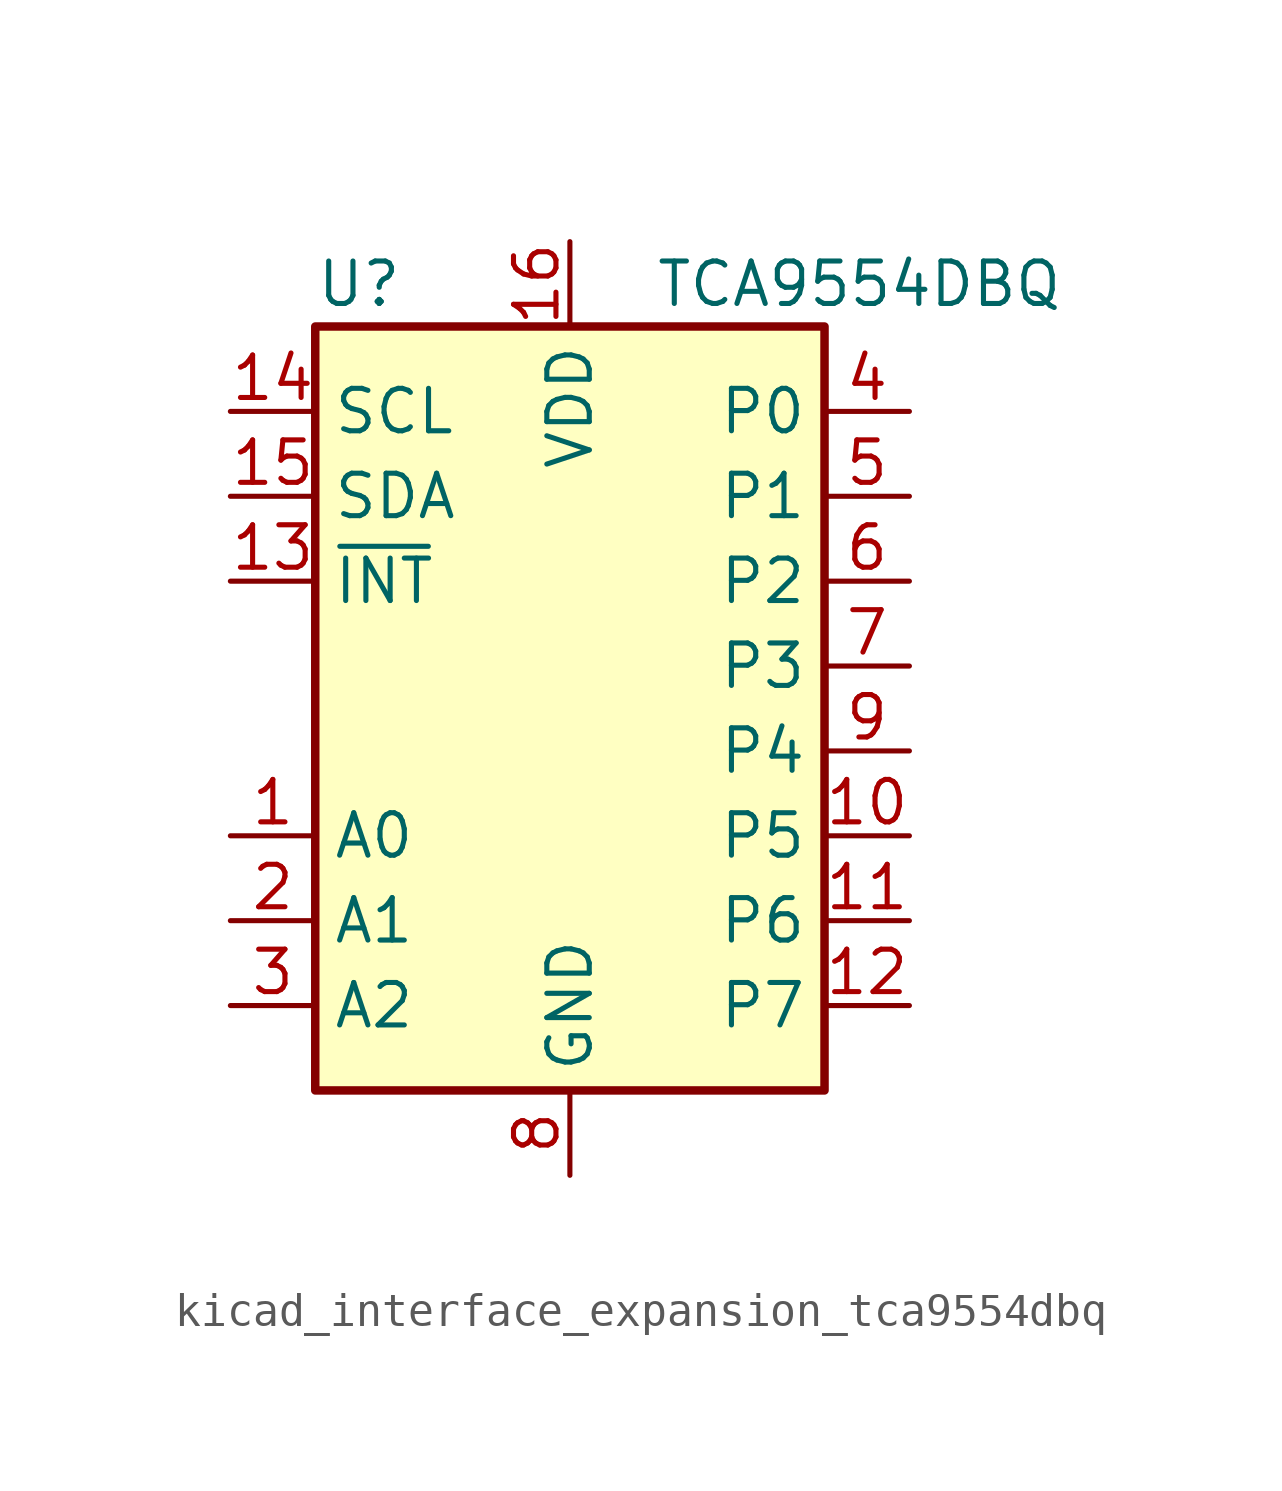
<source format=kicad_sym>
(kicad_symbol_lib
  (version 20220914)
  (generator kicad_symbol_editor)
  (symbol "kicad_interface_expansion_tca9554dbq"
    (property "Reference" "U"
      (at -7.62 11.43 0)
      (effects (font (size 1.27 1.27)) (justify left)))
    (property "Value" "TCA9554DBQ"
      (at 2.54 11.43 0)
      (effects (font (size 1.27 1.27)) (justify left)))
    (symbol "kicad_interface_expansion_tca9554dbq_0_1"
      (rectangle (start -7.62 -12.7) (end 7.62 10.16) (stroke (width 0.254) (type default)) (fill (type background))))
    (symbol "kicad_interface_expansion_tca9554dbq_1_1"
      (pin input line (at -10.16 -5.08 0) (length 2.54) (name "A0" (effects (font (size 1.27 1.27)))) (number "1" (effects (font (size 1.27 1.27)))))
      (pin bidirectional line (at 10.16 -5.08 180) (length 2.54) (name "P5" (effects (font (size 1.27 1.27)))) (number "10" (effects (font (size 1.27 1.27)))))
      (pin bidirectional line (at 10.16 -7.62 180) (length 2.54) (name "P6" (effects (font (size 1.27 1.27)))) (number "11" (effects (font (size 1.27 1.27)))))
      (pin bidirectional line (at 10.16 -10.16 180) (length 2.54) (name "P7" (effects (font (size 1.27 1.27)))) (number "12" (effects (font (size 1.27 1.27)))))
      (pin open_collector line (at -10.16 2.54 0) (length 2.54) (name "~{INT}" (effects (font (size 1.27 1.27)))) (number "13" (effects (font (size 1.27 1.27)))))
      (pin input line (at -10.16 7.62 0) (length 2.54) (name "SCL" (effects (font (size 1.27 1.27)))) (number "14" (effects (font (size 1.27 1.27)))))
      (pin bidirectional line (at -10.16 5.08 0) (length 2.54) (name "SDA" (effects (font (size 1.27 1.27)))) (number "15" (effects (font (size 1.27 1.27)))))
      (pin power_in line (at 0 12.7 270) (length 2.54) (name "VDD" (effects (font (size 1.27 1.27)))) (number "16" (effects (font (size 1.27 1.27)))))
      (pin input line (at -10.16 -7.62 0) (length 2.54) (name "A1" (effects (font (size 1.27 1.27)))) (number "2" (effects (font (size 1.27 1.27)))))
      (pin input line (at -10.16 -10.16 0) (length 2.54) (name "A2" (effects (font (size 1.27 1.27)))) (number "3" (effects (font (size 1.27 1.27)))))
      (pin bidirectional line (at 10.16 7.62 180) (length 2.54) (name "P0" (effects (font (size 1.27 1.27)))) (number "4" (effects (font (size 1.27 1.27)))))
      (pin bidirectional line (at 10.16 5.08 180) (length 2.54) (name "P1" (effects (font (size 1.27 1.27)))) (number "5" (effects (font (size 1.27 1.27)))))
      (pin bidirectional line (at 10.16 2.54 180) (length 2.54) (name "P2" (effects (font (size 1.27 1.27)))) (number "6" (effects (font (size 1.27 1.27)))))
      (pin bidirectional line (at 10.16 0 180) (length 2.54) (name "P3" (effects (font (size 1.27 1.27)))) (number "7" (effects (font (size 1.27 1.27)))))
      (pin power_in line (at 0 -15.24 90) (length 2.54) (name "GND" (effects (font (size 1.27 1.27)))) (number "8" (effects (font (size 1.27 1.27)))))
      (pin bidirectional line (at 10.16 -2.54 180) (length 2.54) (name "P4" (effects (font (size 1.27 1.27)))) (number "9" (effects (font (size 1.27 1.27))))))))
</source>
